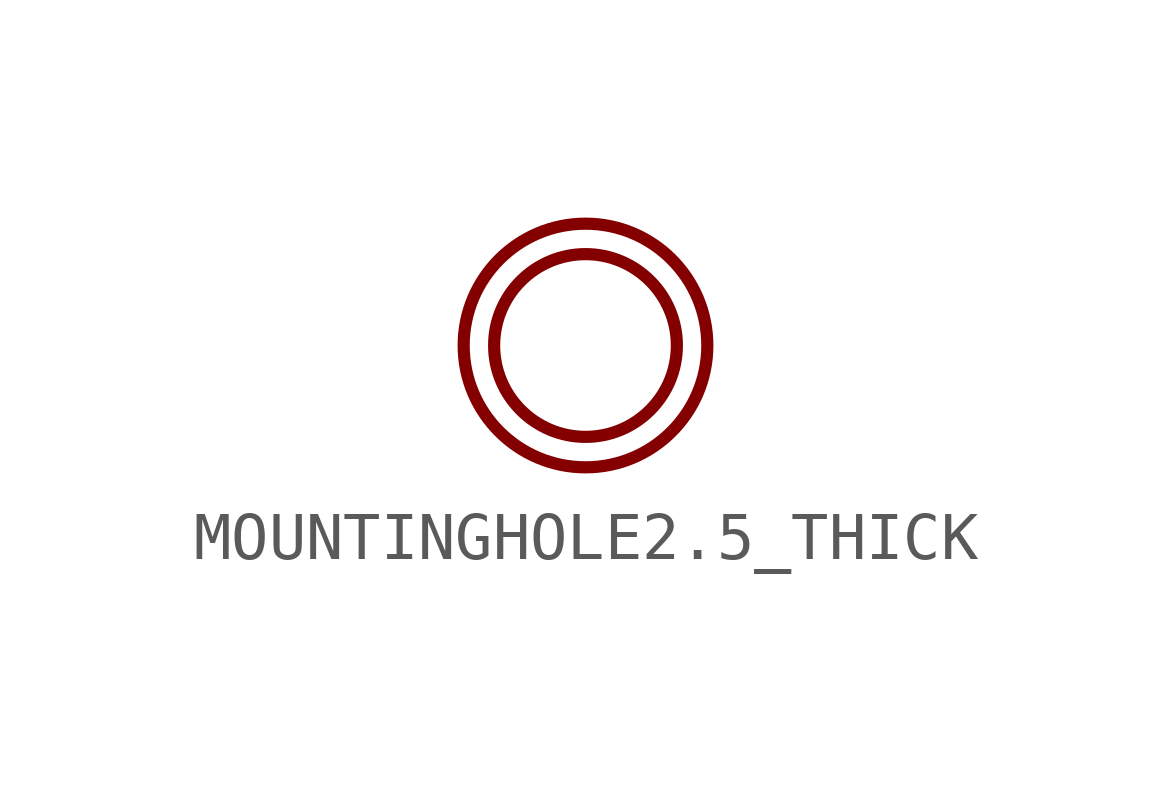
<source format=kicad_sym>
(kicad_symbol_lib
  (version 20201005)
  (generator kicad_symbol_editor)
  (symbol "MOUNTINGHOLE2.5_THICK"
    (property "Reference" ""
      (at 0 0 0)
      (effects (font (size 1.27 1.27)) hide))
    (property "ki_locked" ""
      (at 0 0 0)
      (effects (font (size 1.27 1.27))))
    (symbol "MOUNTINGHOLE2.5_THICK_1_0"
      (circle (center 0 0) (radius 1.905) (stroke (width 0.254)) (fill (type none)))
      (circle (center 0 0) (radius 2.54) (stroke (width 0.254)) (fill (type none))))))
</source>
